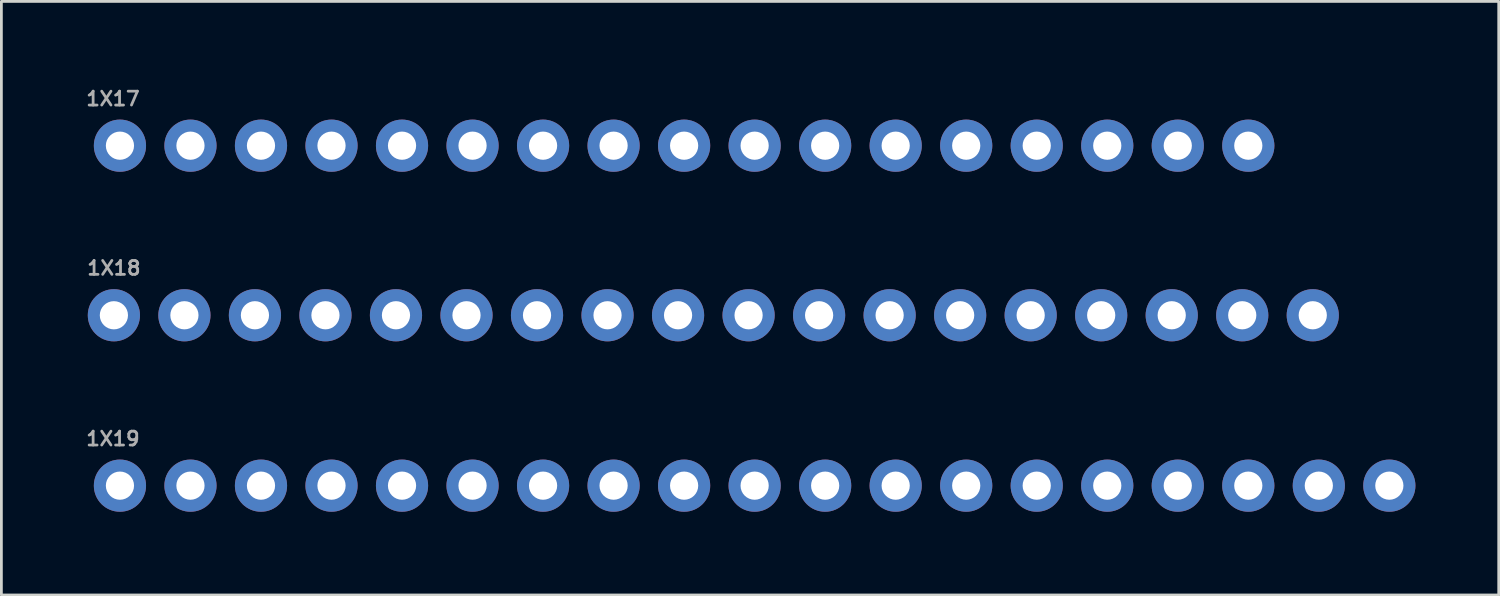
<source format=kicad_pcb>
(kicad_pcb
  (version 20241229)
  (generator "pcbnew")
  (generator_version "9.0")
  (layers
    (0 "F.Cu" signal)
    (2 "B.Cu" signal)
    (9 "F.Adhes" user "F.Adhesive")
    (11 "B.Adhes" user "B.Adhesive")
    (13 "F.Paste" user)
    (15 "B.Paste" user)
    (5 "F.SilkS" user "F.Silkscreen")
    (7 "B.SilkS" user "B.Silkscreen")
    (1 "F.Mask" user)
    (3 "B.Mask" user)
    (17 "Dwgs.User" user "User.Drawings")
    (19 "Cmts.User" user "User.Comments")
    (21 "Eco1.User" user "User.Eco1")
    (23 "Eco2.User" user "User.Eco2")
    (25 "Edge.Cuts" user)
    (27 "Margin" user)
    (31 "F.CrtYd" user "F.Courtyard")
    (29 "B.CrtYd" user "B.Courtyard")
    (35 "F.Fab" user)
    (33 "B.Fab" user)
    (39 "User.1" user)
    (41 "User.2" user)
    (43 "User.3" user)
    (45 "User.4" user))
  (footprint "1X19"
    (layer "F.Cu")
    (at 1.27 14.442)
    (property "Reference" "1X19" (at -1.27 -1.397 0) (layer "F.Fab") (effects (font (size 0.5 0.5) (thickness 0.1)) (justify left bottom)))
    (fp_poly (pts (xy -0.254 0.254) (xy 0.254 0.254) (xy 0.254 -0.254) (xy -0.254 -0.254)) (stroke (width 0.1) (type default)) (fill no) (layer "F.Fab"))
    (fp_poly (pts (xy 2.286 0.254) (xy 2.794 0.254) (xy 2.794 -0.254) (xy 2.286 -0.254)) (stroke (width 0.1) (type default)) (fill no) (layer "F.Fab"))
    (fp_poly (pts (xy 4.826 0.254) (xy 5.334 0.254) (xy 5.334 -0.254) (xy 4.826 -0.254)) (stroke (width 0.1) (type default)) (fill no) (layer "F.Fab"))
    (fp_poly (pts (xy 7.366 0.254) (xy 7.874 0.254) (xy 7.874 -0.254) (xy 7.366 -0.254)) (stroke (width 0.1) (type default)) (fill no) (layer "F.Fab"))
    (fp_poly (pts (xy 9.906 0.254) (xy 10.414 0.254) (xy 10.414 -0.254) (xy 9.906 -0.254)) (stroke (width 0.1) (type default)) (fill no) (layer "F.Fab"))
    (fp_poly (pts (xy 12.446 0.254) (xy 12.954 0.254) (xy 12.954 -0.254) (xy 12.446 -0.254)) (stroke (width 0.1) (type default)) (fill no) (layer "F.Fab"))
    (fp_poly (pts (xy 14.986 0.254) (xy 15.494 0.254) (xy 15.494 -0.254) (xy 14.986 -0.254)) (stroke (width 0.1) (type default)) (fill no) (layer "F.Fab"))
    (fp_poly (pts (xy 17.526 0.254) (xy 18.034 0.254) (xy 18.034 -0.254) (xy 17.526 -0.254)) (stroke (width 0.1) (type default)) (fill no) (layer "F.Fab"))
    (fp_poly (pts (xy 20.066 0.254) (xy 20.574 0.254) (xy 20.574 -0.254) (xy 20.066 -0.254)) (stroke (width 0.1) (type default)) (fill no) (layer "F.Fab"))
    (fp_poly (pts (xy 22.606 0.254) (xy 23.114 0.254) (xy 23.114 -0.254) (xy 22.606 -0.254)) (stroke (width 0.1) (type default)) (fill no) (layer "F.Fab"))
    (fp_poly (pts (xy 25.146 0.254) (xy 25.654 0.254) (xy 25.654 -0.254) (xy 25.146 -0.254)) (stroke (width 0.1) (type default)) (fill no) (layer "F.Fab"))
    (fp_poly (pts (xy 27.686 0.254) (xy 28.194 0.254) (xy 28.194 -0.254) (xy 27.686 -0.254)) (stroke (width 0.1) (type default)) (fill no) (layer "F.Fab"))
    (fp_poly (pts (xy 30.226 0.254) (xy 30.734 0.254) (xy 30.734 -0.254) (xy 30.226 -0.254)) (stroke (width 0.1) (type default)) (fill no) (layer "F.Fab"))
    (fp_poly (pts (xy 32.766 0.254) (xy 33.274 0.254) (xy 33.274 -0.254) (xy 32.766 -0.254)) (stroke (width 0.1) (type default)) (fill no) (layer "F.Fab"))
    (fp_poly (pts (xy 35.306 0.254) (xy 35.814 0.254) (xy 35.814 -0.254) (xy 35.306 -0.254)) (stroke (width 0.1) (type default)) (fill no) (layer "F.Fab"))
    (fp_poly (pts (xy 37.846 0.254) (xy 38.354 0.254) (xy 38.354 -0.254) (xy 37.846 -0.254)) (stroke (width 0.1) (type default)) (fill no) (layer "F.Fab"))
    (fp_poly (pts (xy 40.386 0.254) (xy 40.894 0.254) (xy 40.894 -0.254) (xy 40.386 -0.254)) (stroke (width 0.1) (type default)) (fill no) (layer "F.Fab"))
    (fp_poly (pts (xy 42.926 0.254) (xy 43.434 0.254) (xy 43.434 -0.254) (xy 42.926 -0.254)) (stroke (width 0.1) (type default)) (fill no) (layer "F.Fab"))
    (fp_poly (pts (xy 45.466 0.254) (xy 45.974 0.254) (xy 45.974 -0.254) (xy 45.466 -0.254)) (stroke (width 0.1) (type default)) (fill no) (layer "F.Fab"))
    (pad "1" thru_hole circle (at 0 0 90) (size 1.88 1.88) (drill 1.016) (layers "*.Cu" "*.Mask"))
    (pad "2" thru_hole circle (at 2.54 0 90) (size 1.88 1.88) (drill 1.016) (layers "*.Cu" "*.Mask"))
    (pad "3" thru_hole circle (at 5.08 0 90) (size 1.88 1.88) (drill 1.016) (layers "*.Cu" "*.Mask"))
    (pad "4" thru_hole circle (at 7.62 0 90) (size 1.88 1.88) (drill 1.016) (layers "*.Cu" "*.Mask"))
    (pad "5" thru_hole circle (at 10.16 0 90) (size 1.88 1.88) (drill 1.016) (layers "*.Cu" "*.Mask"))
    (pad "6" thru_hole circle (at 12.7 0 90) (size 1.88 1.88) (drill 1.016) (layers "*.Cu" "*.Mask"))
    (pad "7" thru_hole circle (at 15.24 0 90) (size 1.88 1.88) (drill 1.016) (layers "*.Cu" "*.Mask"))
    (pad "8" thru_hole circle (at 17.78 0 90) (size 1.88 1.88) (drill 1.016) (layers "*.Cu" "*.Mask"))
    (pad "9" thru_hole circle (at 20.32 0 90) (size 1.88 1.88) (drill 1.016) (layers "*.Cu" "*.Mask"))
    (pad "10" thru_hole circle (at 22.86 0 90) (size 1.88 1.88) (drill 1.016) (layers "*.Cu" "*.Mask"))
    (pad "11" thru_hole circle (at 25.4 0 90) (size 1.88 1.88) (drill 1.016) (layers "*.Cu" "*.Mask"))
    (pad "12" thru_hole circle (at 27.94 0 90) (size 1.88 1.88) (drill 1.016) (layers "*.Cu" "*.Mask"))
    (pad "13" thru_hole circle (at 30.48 0 90) (size 1.88 1.88) (drill 1.016) (layers "*.Cu" "*.Mask"))
    (pad "14" thru_hole circle (at 33.02 0 90) (size 1.88 1.88) (drill 1.016) (layers "*.Cu" "*.Mask"))
    (pad "15" thru_hole circle (at 35.56 0 90) (size 1.88 1.88) (drill 1.016) (layers "*.Cu" "*.Mask"))
    (pad "16" thru_hole circle (at 38.1 0 90) (size 1.88 1.88) (drill 1.016) (layers "*.Cu" "*.Mask"))
    (pad "17" thru_hole circle (at 40.64 0 90) (size 1.88 1.88) (drill 1.016) (layers "*.Cu" "*.Mask"))
    (pad "18" thru_hole circle (at 43.18 0 90) (size 1.88 1.88) (drill 1.016) (layers "*.Cu" "*.Mask"))
    (pad "19" thru_hole circle (at 45.72 0 90) (size 1.88 1.88) (drill 1.016) (layers "*.Cu" "*.Mask")))
  (footprint "1X17"
    (layer "F.Cu")
    (at 1.27 2.197)
    (property "Reference" "1X17" (at -1.27 -1.397 0) (layer "F.Fab") (effects (font (size 0.5 0.5) (thickness 0.1)) (justify left bottom)))
    (fp_poly (pts (xy -0.254 0.254) (xy 0.254 0.254) (xy 0.254 -0.254) (xy -0.254 -0.254)) (stroke (width 0.1) (type default)) (fill no) (layer "F.Fab"))
    (fp_poly (pts (xy 2.286 0.254) (xy 2.794 0.254) (xy 2.794 -0.254) (xy 2.286 -0.254)) (stroke (width 0.1) (type default)) (fill no) (layer "F.Fab"))
    (fp_poly (pts (xy 4.826 0.254) (xy 5.334 0.254) (xy 5.334 -0.254) (xy 4.826 -0.254)) (stroke (width 0.1) (type default)) (fill no) (layer "F.Fab"))
    (fp_poly (pts (xy 7.366 0.254) (xy 7.874 0.254) (xy 7.874 -0.254) (xy 7.366 -0.254)) (stroke (width 0.1) (type default)) (fill no) (layer "F.Fab"))
    (fp_poly (pts (xy 9.906 0.254) (xy 10.414 0.254) (xy 10.414 -0.254) (xy 9.906 -0.254)) (stroke (width 0.1) (type default)) (fill no) (layer "F.Fab"))
    (fp_poly (pts (xy 12.446 0.254) (xy 12.954 0.254) (xy 12.954 -0.254) (xy 12.446 -0.254)) (stroke (width 0.1) (type default)) (fill no) (layer "F.Fab"))
    (fp_poly (pts (xy 14.986 0.254) (xy 15.494 0.254) (xy 15.494 -0.254) (xy 14.986 -0.254)) (stroke (width 0.1) (type default)) (fill no) (layer "F.Fab"))
    (fp_poly (pts (xy 17.526 0.254) (xy 18.034 0.254) (xy 18.034 -0.254) (xy 17.526 -0.254)) (stroke (width 0.1) (type default)) (fill no) (layer "F.Fab"))
    (fp_poly (pts (xy 20.066 0.254) (xy 20.574 0.254) (xy 20.574 -0.254) (xy 20.066 -0.254)) (stroke (width 0.1) (type default)) (fill no) (layer "F.Fab"))
    (fp_poly (pts (xy 22.606 0.254) (xy 23.114 0.254) (xy 23.114 -0.254) (xy 22.606 -0.254)) (stroke (width 0.1) (type default)) (fill no) (layer "F.Fab"))
    (fp_poly (pts (xy 25.146 0.254) (xy 25.654 0.254) (xy 25.654 -0.254) (xy 25.146 -0.254)) (stroke (width 0.1) (type default)) (fill no) (layer "F.Fab"))
    (fp_poly (pts (xy 27.686 0.254) (xy 28.194 0.254) (xy 28.194 -0.254) (xy 27.686 -0.254)) (stroke (width 0.1) (type default)) (fill no) (layer "F.Fab"))
    (fp_poly (pts (xy 30.226 0.254) (xy 30.734 0.254) (xy 30.734 -0.254) (xy 30.226 -0.254)) (stroke (width 0.1) (type default)) (fill no) (layer "F.Fab"))
    (fp_poly (pts (xy 32.766 0.254) (xy 33.274 0.254) (xy 33.274 -0.254) (xy 32.766 -0.254)) (stroke (width 0.1) (type default)) (fill no) (layer "F.Fab"))
    (fp_poly (pts (xy 35.306 0.254) (xy 35.814 0.254) (xy 35.814 -0.254) (xy 35.306 -0.254)) (stroke (width 0.1) (type default)) (fill no) (layer "F.Fab"))
    (fp_poly (pts (xy 37.846 0.254) (xy 38.354 0.254) (xy 38.354 -0.254) (xy 37.846 -0.254)) (stroke (width 0.1) (type default)) (fill no) (layer "F.Fab"))
    (fp_poly (pts (xy 40.386 0.254) (xy 40.894 0.254) (xy 40.894 -0.254) (xy 40.386 -0.254)) (stroke (width 0.1) (type default)) (fill no) (layer "F.Fab"))
    (pad "1" thru_hole circle (at 0 0 90) (size 1.88 1.88) (drill 1.016) (layers "*.Cu" "*.Mask"))
    (pad "2" thru_hole circle (at 2.54 0 90) (size 1.88 1.88) (drill 1.016) (layers "*.Cu" "*.Mask"))
    (pad "3" thru_hole circle (at 5.08 0 90) (size 1.88 1.88) (drill 1.016) (layers "*.Cu" "*.Mask"))
    (pad "4" thru_hole circle (at 7.62 0 90) (size 1.88 1.88) (drill 1.016) (layers "*.Cu" "*.Mask"))
    (pad "5" thru_hole circle (at 10.16 0 90) (size 1.88 1.88) (drill 1.016) (layers "*.Cu" "*.Mask"))
    (pad "6" thru_hole circle (at 12.7 0 90) (size 1.88 1.88) (drill 1.016) (layers "*.Cu" "*.Mask"))
    (pad "7" thru_hole circle (at 15.24 0 90) (size 1.88 1.88) (drill 1.016) (layers "*.Cu" "*.Mask"))
    (pad "8" thru_hole circle (at 17.78 0 90) (size 1.88 1.88) (drill 1.016) (layers "*.Cu" "*.Mask"))
    (pad "9" thru_hole circle (at 20.32 0 90) (size 1.88 1.88) (drill 1.016) (layers "*.Cu" "*.Mask"))
    (pad "10" thru_hole circle (at 22.86 0 90) (size 1.88 1.88) (drill 1.016) (layers "*.Cu" "*.Mask"))
    (pad "11" thru_hole circle (at 25.4 0 90) (size 1.88 1.88) (drill 1.016) (layers "*.Cu" "*.Mask"))
    (pad "12" thru_hole circle (at 27.94 0 90) (size 1.88 1.88) (drill 1.016) (layers "*.Cu" "*.Mask"))
    (pad "13" thru_hole circle (at 30.48 0 90) (size 1.88 1.88) (drill 1.016) (layers "*.Cu" "*.Mask"))
    (pad "14" thru_hole circle (at 33.02 0 90) (size 1.88 1.88) (drill 1.016) (layers "*.Cu" "*.Mask"))
    (pad "15" thru_hole circle (at 35.56 0 90) (size 1.88 1.88) (drill 1.016) (layers "*.Cu" "*.Mask"))
    (pad "16" thru_hole circle (at 38.1 0 90) (size 1.88 1.88) (drill 1.016) (layers "*.Cu" "*.Mask"))
    (pad "17" thru_hole circle (at 40.64 0 90) (size 1.88 1.88) (drill 1.016) (layers "*.Cu" "*.Mask")))
  (footprint "1X18"
    (layer "F.Cu")
    (at 1.052 8.305)
    (property "Reference" "1X18" (at 0 -1.7 0) (layer "F.Fab") (effects (font (size 0.5 0.5) (thickness 0.1))))
    (fp_poly (pts (xy -0.254 0.254) (xy 0.254 0.254) (xy 0.254 -0.254) (xy -0.254 -0.254)) (stroke (width 0.1) (type default)) (fill no) (layer "F.Fab"))
    (fp_poly (pts (xy 2.286 0.254) (xy 2.794 0.254) (xy 2.794 -0.254) (xy 2.286 -0.254)) (stroke (width 0.1) (type default)) (fill no) (layer "F.Fab"))
    (fp_poly (pts (xy 4.826 0.254) (xy 5.334 0.254) (xy 5.334 -0.254) (xy 4.826 -0.254)) (stroke (width 0.1) (type default)) (fill no) (layer "F.Fab"))
    (fp_poly (pts (xy 7.366 0.254) (xy 7.874 0.254) (xy 7.874 -0.254) (xy 7.366 -0.254)) (stroke (width 0.1) (type default)) (fill no) (layer "F.Fab"))
    (fp_poly (pts (xy 9.906 0.254) (xy 10.414 0.254) (xy 10.414 -0.254) (xy 9.906 -0.254)) (stroke (width 0.1) (type default)) (fill no) (layer "F.Fab"))
    (fp_poly (pts (xy 12.446 0.254) (xy 12.954 0.254) (xy 12.954 -0.254) (xy 12.446 -0.254)) (stroke (width 0.1) (type default)) (fill no) (layer "F.Fab"))
    (fp_poly (pts (xy 14.986 0.254) (xy 15.494 0.254) (xy 15.494 -0.254) (xy 14.986 -0.254)) (stroke (width 0.1) (type default)) (fill no) (layer "F.Fab"))
    (fp_poly (pts (xy 17.526 0.254) (xy 18.034 0.254) (xy 18.034 -0.254) (xy 17.526 -0.254)) (stroke (width 0.1) (type default)) (fill no) (layer "F.Fab"))
    (fp_poly (pts (xy 20.066 0.254) (xy 20.574 0.254) (xy 20.574 -0.254) (xy 20.066 -0.254)) (stroke (width 0.1) (type default)) (fill no) (layer "F.Fab"))
    (fp_poly (pts (xy 22.606 0.254) (xy 23.114 0.254) (xy 23.114 -0.254) (xy 22.606 -0.254)) (stroke (width 0.1) (type default)) (fill no) (layer "F.Fab"))
    (fp_poly (pts (xy 25.146 0.254) (xy 25.654 0.254) (xy 25.654 -0.254) (xy 25.146 -0.254)) (stroke (width 0.1) (type default)) (fill no) (layer "F.Fab"))
    (fp_poly (pts (xy 27.686 0.254) (xy 28.194 0.254) (xy 28.194 -0.254) (xy 27.686 -0.254)) (stroke (width 0.1) (type default)) (fill no) (layer "F.Fab"))
    (fp_poly (pts (xy 30.226 0.254) (xy 30.734 0.254) (xy 30.734 -0.254) (xy 30.226 -0.254)) (stroke (width 0.1) (type default)) (fill no) (layer "F.Fab"))
    (fp_poly (pts (xy 32.766 0.254) (xy 33.274 0.254) (xy 33.274 -0.254) (xy 32.766 -0.254)) (stroke (width 0.1) (type default)) (fill no) (layer "F.Fab"))
    (fp_poly (pts (xy 35.306 0.254) (xy 35.814 0.254) (xy 35.814 -0.254) (xy 35.306 -0.254)) (stroke (width 0.1) (type default)) (fill no) (layer "F.Fab"))
    (fp_poly (pts (xy 37.846 0.254) (xy 38.354 0.254) (xy 38.354 -0.254) (xy 37.846 -0.254)) (stroke (width 0.1) (type default)) (fill no) (layer "F.Fab"))
    (fp_poly (pts (xy 40.386 0.254) (xy 40.894 0.254) (xy 40.894 -0.254) (xy 40.386 -0.254)) (stroke (width 0.1) (type default)) (fill no) (layer "F.Fab"))
    (fp_poly (pts (xy 42.926 0.254) (xy 43.434 0.254) (xy 43.434 -0.254) (xy 42.926 -0.254)) (stroke (width 0.1) (type default)) (fill no) (layer "F.Fab"))
    (pad "1" thru_hole circle (at 0 0 90) (size 1.88 1.88) (drill 1.016) (layers "*.Cu" "*.Mask"))
    (pad "2" thru_hole circle (at 2.54 0 90) (size 1.88 1.88) (drill 1.016) (layers "*.Cu" "*.Mask"))
    (pad "3" thru_hole circle (at 5.08 0 90) (size 1.88 1.88) (drill 1.016) (layers "*.Cu" "*.Mask"))
    (pad "4" thru_hole circle (at 7.62 0 90) (size 1.88 1.88) (drill 1.016) (layers "*.Cu" "*.Mask"))
    (pad "5" thru_hole circle (at 10.16 0 90) (size 1.88 1.88) (drill 1.016) (layers "*.Cu" "*.Mask"))
    (pad "6" thru_hole circle (at 12.7 0 90) (size 1.88 1.88) (drill 1.016) (layers "*.Cu" "*.Mask"))
    (pad "7" thru_hole circle (at 15.24 0 90) (size 1.88 1.88) (drill 1.016) (layers "*.Cu" "*.Mask"))
    (pad "8" thru_hole circle (at 17.78 0 90) (size 1.88 1.88) (drill 1.016) (layers "*.Cu" "*.Mask"))
    (pad "9" thru_hole circle (at 20.32 0 90) (size 1.88 1.88) (drill 1.016) (layers "*.Cu" "*.Mask"))
    (pad "10" thru_hole circle (at 22.86 0 90) (size 1.88 1.88) (drill 1.016) (layers "*.Cu" "*.Mask"))
    (pad "11" thru_hole circle (at 25.4 0 90) (size 1.88 1.88) (drill 1.016) (layers "*.Cu" "*.Mask"))
    (pad "12" thru_hole circle (at 27.94 0 90) (size 1.88 1.88) (drill 1.016) (layers "*.Cu" "*.Mask"))
    (pad "13" thru_hole circle (at 30.48 0 90) (size 1.88 1.88) (drill 1.016) (layers "*.Cu" "*.Mask"))
    (pad "14" thru_hole circle (at 33.02 0 90) (size 1.88 1.88) (drill 1.016) (layers "*.Cu" "*.Mask"))
    (pad "15" thru_hole circle (at 35.56 0 90) (size 1.88 1.88) (drill 1.016) (layers "*.Cu" "*.Mask"))
    (pad "16" thru_hole circle (at 38.1 0 90) (size 1.88 1.88) (drill 1.016) (layers "*.Cu" "*.Mask"))
    (pad "17" thru_hole circle (at 40.64 0 90) (size 1.88 1.88) (drill 1.016) (layers "*.Cu" "*.Mask"))
    (pad "18" thru_hole circle (at 43.18 0 90) (size 1.88 1.88) (drill 1.016) (layers "*.Cu" "*.Mask")))
  (gr_rect
    (start -3 -3)
    (end 50.93 18.381)
    (stroke (width 0.1) (type default))
    (fill no)
    (layer "Edge.Cuts")))
</source>
